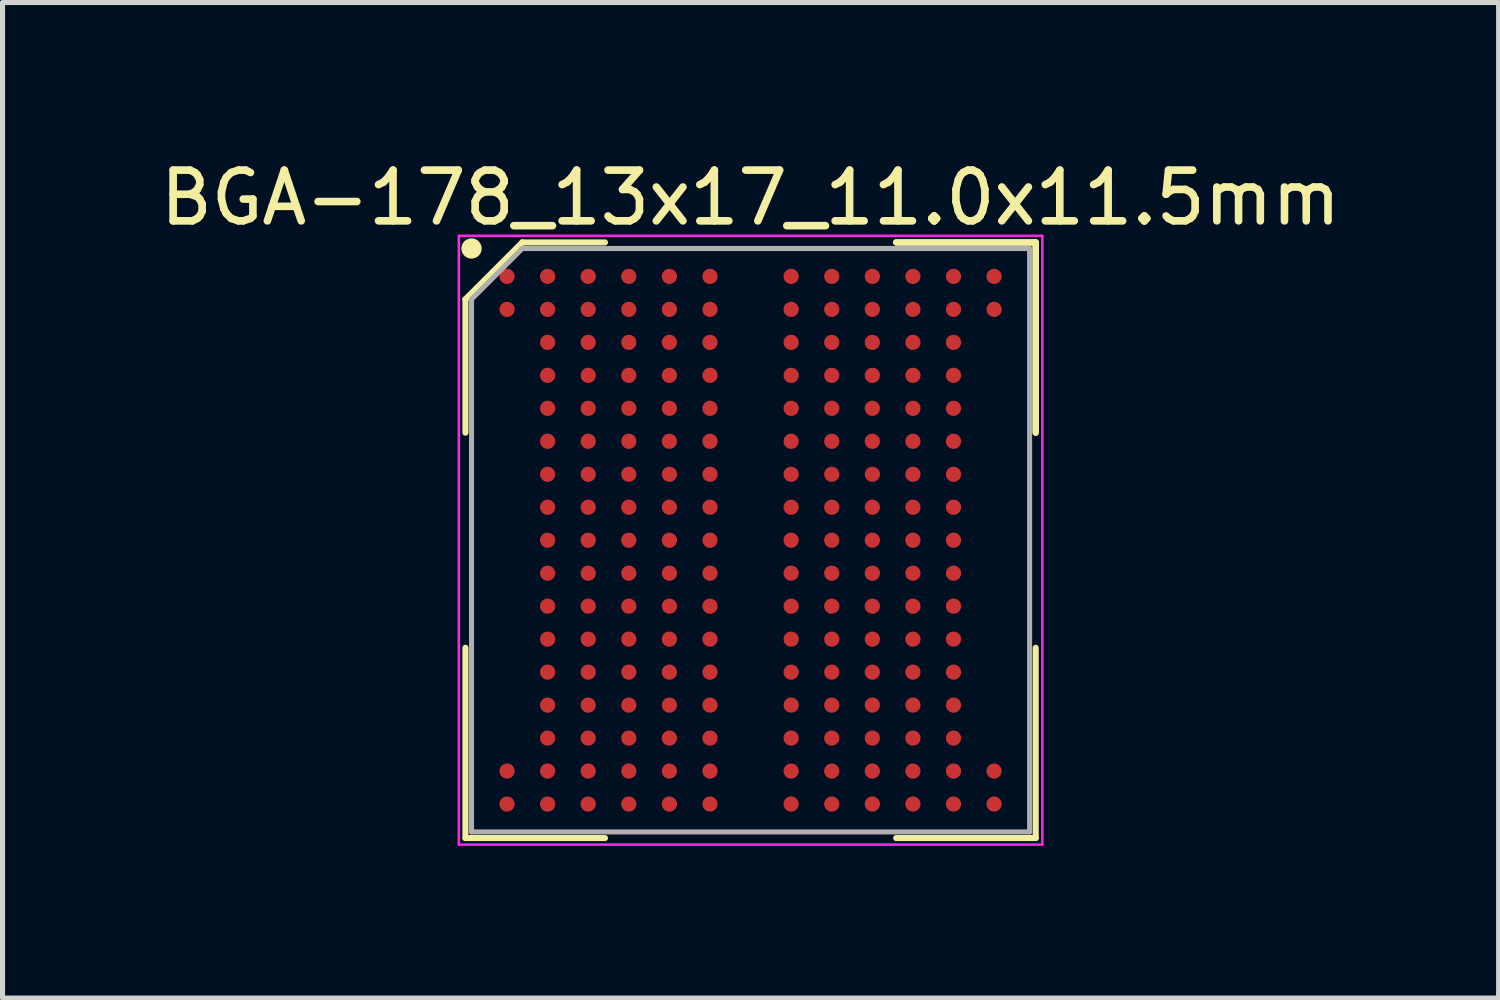
<source format=kicad_pcb>
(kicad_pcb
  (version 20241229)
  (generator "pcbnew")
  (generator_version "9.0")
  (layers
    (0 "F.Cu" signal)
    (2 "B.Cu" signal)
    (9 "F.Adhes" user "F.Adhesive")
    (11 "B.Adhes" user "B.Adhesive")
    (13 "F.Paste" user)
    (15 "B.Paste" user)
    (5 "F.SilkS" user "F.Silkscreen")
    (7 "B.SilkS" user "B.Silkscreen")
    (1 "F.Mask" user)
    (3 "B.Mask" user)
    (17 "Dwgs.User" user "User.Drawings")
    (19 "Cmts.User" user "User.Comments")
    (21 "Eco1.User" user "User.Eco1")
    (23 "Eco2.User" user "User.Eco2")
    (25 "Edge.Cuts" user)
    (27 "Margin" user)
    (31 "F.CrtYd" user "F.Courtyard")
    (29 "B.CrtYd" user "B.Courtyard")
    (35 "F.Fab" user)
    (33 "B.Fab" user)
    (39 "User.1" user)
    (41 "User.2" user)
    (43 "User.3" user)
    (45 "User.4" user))
  (footprint "BGA-178_13x17_11.0x11.5mm"
    (layer "F.Cu")
    (at 11.744 7.598)
    (property "Reference" "BGA-178_13x17_11.0x11.5mm" (at 0 -6.75 0) (layer "F.SilkS") (effects (font (size 1 1) (thickness 0.15))))
    (attr through_hole)
    (fp_line (start -5.62 -4.75) (end -5.62 -2.12) (stroke (width 0.12) (type solid)) (layer "F.SilkS"))
    (fp_line (start -5.62 5.87) (end -5.62 2.12) (stroke (width 0.12) (type solid)) (layer "F.SilkS"))
    (fp_line (start -4.5 -5.87) (end -5.62 -4.75) (stroke (width 0.12) (type solid)) (layer "F.SilkS"))
    (fp_line (start -2.87 -5.87) (end -4.5 -5.87) (stroke (width 0.12) (type solid)) (layer "F.SilkS"))
    (fp_line (start -2.87 5.87) (end -5.62 5.87) (stroke (width 0.12) (type solid)) (layer "F.SilkS"))
    (fp_line (start 2.87 -5.87) (end 5.62 -5.87) (stroke (width 0.12) (type solid)) (layer "F.SilkS"))
    (fp_line (start 2.87 -5.87) (end 5.62 -5.87) (stroke (width 0.12) (type solid)) (layer "F.SilkS"))
    (fp_line (start 2.87 -5.87) (end 5.62 -5.87) (stroke (width 0.12) (type solid)) (layer "F.SilkS"))
    (fp_line (start 2.87 5.87) (end 5.62 5.87) (stroke (width 0.12) (type solid)) (layer "F.SilkS"))
    (fp_line (start 5.62 -5.87) (end 5.62 -2.12) (stroke (width 0.12) (type solid)) (layer "F.SilkS"))
    (fp_line (start 5.62 -5.87) (end 5.62 -2.12) (stroke (width 0.12) (type solid)) (layer "F.SilkS"))
    (fp_line (start 5.62 -5.87) (end 5.62 -2.12) (stroke (width 0.12) (type solid)) (layer "F.SilkS"))
    (fp_line (start 5.62 5.87) (end 5.62 2.12) (stroke (width 0.12) (type solid)) (layer "F.SilkS"))
    (fp_circle (center -5.5 -5.75) (end -5.5 -5.65) (stroke (width 0.2) (type solid)) (fill no) (layer "F.SilkS"))
    (fp_line (start -5.75 -6) (end 5.75 -6) (stroke (width 0.05) (type solid)) (layer "F.CrtYd"))
    (fp_line (start -5.75 6) (end -5.75 -6) (stroke (width 0.05) (type solid)) (layer "F.CrtYd"))
    (fp_line (start 5.75 -6) (end 5.75 6) (stroke (width 0.05) (type solid)) (layer "F.CrtYd"))
    (fp_line (start 5.75 6) (end -5.75 6) (stroke (width 0.05) (type solid)) (layer "F.CrtYd"))
    (fp_line (start -5.5 -4.75) (end -5.5 5.75) (stroke (width 0.1) (type solid)) (layer "F.Fab"))
    (fp_line (start -5.5 5.75) (end 5.5 5.75) (stroke (width 0.1) (type solid)) (layer "F.Fab"))
    (fp_line (start -4.5 -5.75) (end -5.5 -4.75) (stroke (width 0.1) (type solid)) (layer "F.Fab"))
    (fp_line (start 5.5 -5.75) (end -4.5 -5.75) (stroke (width 0.1) (type solid)) (layer "F.Fab"))
    (fp_line (start 5.5 5.75) (end 5.5 -5.75) (stroke (width 0.1) (type solid)) (layer "F.Fab"))
    (pad "A1" smd circle (at -4.8 -5.2) (size 0.3 0.3) (layers "F.Cu" "F.Mask" "F.Paste"))
    (pad "A2" smd circle (at -4 -5.2) (size 0.3 0.3) (layers "F.Cu" "F.Mask" "F.Paste"))
    (pad "A3" smd circle (at -3.2 -5.2) (size 0.3 0.3) (layers "F.Cu" "F.Mask" "F.Paste"))
    (pad "A4" smd circle (at -2.4 -5.2) (size 0.3 0.3) (layers "F.Cu" "F.Mask" "F.Paste"))
    (pad "A5" smd circle (at -1.6 -5.2) (size 0.3 0.3) (layers "F.Cu" "F.Mask" "F.Paste"))
    (pad "A6" smd circle (at -0.8 -5.2) (size 0.3 0.3) (layers "F.Cu" "F.Mask" "F.Paste"))
    (pad "A8" smd circle (at 0.8 -5.2) (size 0.3 0.3) (layers "F.Cu" "F.Mask" "F.Paste"))
    (pad "A9" smd circle (at 1.6 -5.2) (size 0.3 0.3) (layers "F.Cu" "F.Mask" "F.Paste"))
    (pad "A10" smd circle (at 2.4 -5.2) (size 0.3 0.3) (layers "F.Cu" "F.Mask" "F.Paste"))
    (pad "A11" smd circle (at 3.2 -5.2) (size 0.3 0.3) (layers "F.Cu" "F.Mask" "F.Paste"))
    (pad "A12" smd circle (at 4 -5.2) (size 0.3 0.3) (layers "F.Cu" "F.Mask" "F.Paste"))
    (pad "A13" smd circle (at 4.8 -5.2) (size 0.3 0.3) (layers "F.Cu" "F.Mask" "F.Paste"))
    (pad "B1" smd circle (at -4.8 -4.55) (size 0.3 0.3) (layers "F.Cu" "F.Mask" "F.Paste"))
    (pad "B2" smd circle (at -4 -4.55) (size 0.3 0.3) (layers "F.Cu" "F.Mask" "F.Paste"))
    (pad "B3" smd circle (at -3.2 -4.55) (size 0.3 0.3) (layers "F.Cu" "F.Mask" "F.Paste"))
    (pad "B4" smd circle (at -2.4 -4.55) (size 0.3 0.3) (layers "F.Cu" "F.Mask" "F.Paste"))
    (pad "B5" smd circle (at -1.6 -4.55) (size 0.3 0.3) (layers "F.Cu" "F.Mask" "F.Paste"))
    (pad "B6" smd circle (at -0.8 -4.55) (size 0.3 0.3) (layers "F.Cu" "F.Mask" "F.Paste"))
    (pad "B8" smd circle (at 0.8 -4.55) (size 0.3 0.3) (layers "F.Cu" "F.Mask" "F.Paste"))
    (pad "B9" smd circle (at 1.6 -4.55) (size 0.3 0.3) (layers "F.Cu" "F.Mask" "F.Paste"))
    (pad "B10" smd circle (at 2.4 -4.55) (size 0.3 0.3) (layers "F.Cu" "F.Mask" "F.Paste"))
    (pad "B11" smd circle (at 3.2 -4.55) (size 0.3 0.3) (layers "F.Cu" "F.Mask" "F.Paste"))
    (pad "B12" smd circle (at 4 -4.55) (size 0.3 0.3) (layers "F.Cu" "F.Mask" "F.Paste"))
    (pad "B13" smd circle (at 4.8 -4.55) (size 0.3 0.3) (layers "F.Cu" "F.Mask" "F.Paste"))
    (pad "C2" smd circle (at -4 -3.9) (size 0.3 0.3) (layers "F.Cu" "F.Mask" "F.Paste"))
    (pad "C3" smd circle (at -3.2 -3.9) (size 0.3 0.3) (layers "F.Cu" "F.Mask" "F.Paste"))
    (pad "C4" smd circle (at -2.4 -3.9) (size 0.3 0.3) (layers "F.Cu" "F.Mask" "F.Paste"))
    (pad "C5" smd circle (at -1.6 -3.9) (size 0.3 0.3) (layers "F.Cu" "F.Mask" "F.Paste"))
    (pad "C6" smd circle (at -0.8 -3.9) (size 0.3 0.3) (layers "F.Cu" "F.Mask" "F.Paste"))
    (pad "C8" smd circle (at 0.8 -3.9) (size 0.3 0.3) (layers "F.Cu" "F.Mask" "F.Paste"))
    (pad "C9" smd circle (at 1.6 -3.9) (size 0.3 0.3) (layers "F.Cu" "F.Mask" "F.Paste"))
    (pad "C10" smd circle (at 2.4 -3.9) (size 0.3 0.3) (layers "F.Cu" "F.Mask" "F.Paste"))
    (pad "C11" smd circle (at 3.2 -3.9) (size 0.3 0.3) (layers "F.Cu" "F.Mask" "F.Paste"))
    (pad "C12" smd circle (at 4 -3.9) (size 0.3 0.3) (layers "F.Cu" "F.Mask" "F.Paste"))
    (pad "D2" smd circle (at -4 -3.25) (size 0.3 0.3) (layers "F.Cu" "F.Mask" "F.Paste"))
    (pad "D3" smd circle (at -3.2 -3.25) (size 0.3 0.3) (layers "F.Cu" "F.Mask" "F.Paste"))
    (pad "D4" smd circle (at -2.4 -3.25) (size 0.3 0.3) (layers "F.Cu" "F.Mask" "F.Paste"))
    (pad "D5" smd circle (at -1.6 -3.25) (size 0.3 0.3) (layers "F.Cu" "F.Mask" "F.Paste"))
    (pad "D6" smd circle (at -0.8 -3.25) (size 0.3 0.3) (layers "F.Cu" "F.Mask" "F.Paste"))
    (pad "D8" smd circle (at 0.8 -3.25) (size 0.3 0.3) (layers "F.Cu" "F.Mask" "F.Paste"))
    (pad "D9" smd circle (at 1.6 -3.25) (size 0.3 0.3) (layers "F.Cu" "F.Mask" "F.Paste"))
    (pad "D10" smd circle (at 2.4 -3.25) (size 0.3 0.3) (layers "F.Cu" "F.Mask" "F.Paste"))
    (pad "D11" smd circle (at 3.2 -3.25) (size 0.3 0.3) (layers "F.Cu" "F.Mask" "F.Paste"))
    (pad "D12" smd circle (at 4 -3.25) (size 0.3 0.3) (layers "F.Cu" "F.Mask" "F.Paste"))
    (pad "E2" smd circle (at -4 -2.6) (size 0.3 0.3) (layers "F.Cu" "F.Mask" "F.Paste"))
    (pad "E3" smd circle (at -3.2 -2.6) (size 0.3 0.3) (layers "F.Cu" "F.Mask" "F.Paste"))
    (pad "E4" smd circle (at -2.4 -2.6) (size 0.3 0.3) (layers "F.Cu" "F.Mask" "F.Paste"))
    (pad "E5" smd circle (at -1.6 -2.6) (size 0.3 0.3) (layers "F.Cu" "F.Mask" "F.Paste"))
    (pad "E6" smd circle (at -0.8 -2.6) (size 0.3 0.3) (layers "F.Cu" "F.Mask" "F.Paste"))
    (pad "E8" smd circle (at 0.8 -2.6) (size 0.3 0.3) (layers "F.Cu" "F.Mask" "F.Paste"))
    (pad "E9" smd circle (at 1.6 -2.6) (size 0.3 0.3) (layers "F.Cu" "F.Mask" "F.Paste"))
    (pad "E10" smd circle (at 2.4 -2.6) (size 0.3 0.3) (layers "F.Cu" "F.Mask" "F.Paste"))
    (pad "E11" smd circle (at 3.2 -2.6) (size 0.3 0.3) (layers "F.Cu" "F.Mask" "F.Paste"))
    (pad "E12" smd circle (at 4 -2.6) (size 0.3 0.3) (layers "F.Cu" "F.Mask" "F.Paste"))
    (pad "F2" smd circle (at -4 -1.95) (size 0.3 0.3) (layers "F.Cu" "F.Mask" "F.Paste"))
    (pad "F3" smd circle (at -3.2 -1.95) (size 0.3 0.3) (layers "F.Cu" "F.Mask" "F.Paste"))
    (pad "F4" smd circle (at -2.4 -1.95) (size 0.3 0.3) (layers "F.Cu" "F.Mask" "F.Paste"))
    (pad "F5" smd circle (at -1.6 -1.95) (size 0.3 0.3) (layers "F.Cu" "F.Mask" "F.Paste"))
    (pad "F6" smd circle (at -0.8 -1.95) (size 0.3 0.3) (layers "F.Cu" "F.Mask" "F.Paste"))
    (pad "F8" smd circle (at 0.8 -1.95) (size 0.3 0.3) (layers "F.Cu" "F.Mask" "F.Paste"))
    (pad "F9" smd circle (at 1.6 -1.95) (size 0.3 0.3) (layers "F.Cu" "F.Mask" "F.Paste"))
    (pad "F10" smd circle (at 2.4 -1.95) (size 0.3 0.3) (layers "F.Cu" "F.Mask" "F.Paste"))
    (pad "F11" smd circle (at 3.2 -1.95) (size 0.3 0.3) (layers "F.Cu" "F.Mask" "F.Paste"))
    (pad "F12" smd circle (at 4 -1.95) (size 0.3 0.3) (layers "F.Cu" "F.Mask" "F.Paste"))
    (pad "G2" smd circle (at -4 -1.3) (size 0.3 0.3) (layers "F.Cu" "F.Mask" "F.Paste"))
    (pad "G3" smd circle (at -3.2 -1.3) (size 0.3 0.3) (layers "F.Cu" "F.Mask" "F.Paste"))
    (pad "G4" smd circle (at -2.4 -1.3) (size 0.3 0.3) (layers "F.Cu" "F.Mask" "F.Paste"))
    (pad "G5" smd circle (at -1.6 -1.3) (size 0.3 0.3) (layers "F.Cu" "F.Mask" "F.Paste"))
    (pad "G6" smd circle (at -0.8 -1.3) (size 0.3 0.3) (layers "F.Cu" "F.Mask" "F.Paste"))
    (pad "G8" smd circle (at 0.8 -1.3) (size 0.3 0.3) (layers "F.Cu" "F.Mask" "F.Paste"))
    (pad "G9" smd circle (at 1.6 -1.3) (size 0.3 0.3) (layers "F.Cu" "F.Mask" "F.Paste"))
    (pad "G10" smd circle (at 2.4 -1.3) (size 0.3 0.3) (layers "F.Cu" "F.Mask" "F.Paste"))
    (pad "G11" smd circle (at 3.2 -1.3) (size 0.3 0.3) (layers "F.Cu" "F.Mask" "F.Paste"))
    (pad "G12" smd circle (at 4 -1.3) (size 0.3 0.3) (layers "F.Cu" "F.Mask" "F.Paste"))
    (pad "H2" smd circle (at -4 -0.65) (size 0.3 0.3) (layers "F.Cu" "F.Mask" "F.Paste"))
    (pad "H3" smd circle (at -3.2 -0.65) (size 0.3 0.3) (layers "F.Cu" "F.Mask" "F.Paste"))
    (pad "H4" smd circle (at -2.4 -0.65) (size 0.3 0.3) (layers "F.Cu" "F.Mask" "F.Paste"))
    (pad "H5" smd circle (at -1.6 -0.65) (size 0.3 0.3) (layers "F.Cu" "F.Mask" "F.Paste"))
    (pad "H6" smd circle (at -0.8 -0.65) (size 0.3 0.3) (layers "F.Cu" "F.Mask" "F.Paste"))
    (pad "H8" smd circle (at 0.8 -0.65) (size 0.3 0.3) (layers "F.Cu" "F.Mask" "F.Paste"))
    (pad "H9" smd circle (at 1.6 -0.65) (size 0.3 0.3) (layers "F.Cu" "F.Mask" "F.Paste"))
    (pad "H10" smd circle (at 2.4 -0.65) (size 0.3 0.3) (layers "F.Cu" "F.Mask" "F.Paste"))
    (pad "H11" smd circle (at 3.2 -0.65) (size 0.3 0.3) (layers "F.Cu" "F.Mask" "F.Paste"))
    (pad "H12" smd circle (at 4 -0.65) (size 0.3 0.3) (layers "F.Cu" "F.Mask" "F.Paste"))
    (pad "J2" smd circle (at -4 0) (size 0.3 0.3) (layers "F.Cu" "F.Mask" "F.Paste"))
    (pad "J3" smd circle (at -3.2 0) (size 0.3 0.3) (layers "F.Cu" "F.Mask" "F.Paste"))
    (pad "J4" smd circle (at -2.4 0) (size 0.3 0.3) (layers "F.Cu" "F.Mask" "F.Paste"))
    (pad "J5" smd circle (at -1.6 0) (size 0.3 0.3) (layers "F.Cu" "F.Mask" "F.Paste"))
    (pad "J6" smd circle (at -0.8 0) (size 0.3 0.3) (layers "F.Cu" "F.Mask" "F.Paste"))
    (pad "J8" smd circle (at 0.8 0) (size 0.3 0.3) (layers "F.Cu" "F.Mask" "F.Paste"))
    (pad "J9" smd circle (at 1.6 0) (size 0.3 0.3) (layers "F.Cu" "F.Mask" "F.Paste"))
    (pad "J10" smd circle (at 2.4 0) (size 0.3 0.3) (layers "F.Cu" "F.Mask" "F.Paste"))
    (pad "J11" smd circle (at 3.2 0) (size 0.3 0.3) (layers "F.Cu" "F.Mask" "F.Paste"))
    (pad "J12" smd circle (at 4 0) (size 0.3 0.3) (layers "F.Cu" "F.Mask" "F.Paste"))
    (pad "K2" smd circle (at -4 0.65) (size 0.3 0.3) (layers "F.Cu" "F.Mask" "F.Paste"))
    (pad "K3" smd circle (at -3.2 0.65) (size 0.3 0.3) (layers "F.Cu" "F.Mask" "F.Paste"))
    (pad "K4" smd circle (at -2.4 0.65) (size 0.3 0.3) (layers "F.Cu" "F.Mask" "F.Paste"))
    (pad "K5" smd circle (at -1.6 0.65) (size 0.3 0.3) (layers "F.Cu" "F.Mask" "F.Paste"))
    (pad "K6" smd circle (at -0.8 0.65) (size 0.3 0.3) (layers "F.Cu" "F.Mask" "F.Paste"))
    (pad "K8" smd circle (at 0.8 0.65) (size 0.3 0.3) (layers "F.Cu" "F.Mask" "F.Paste"))
    (pad "K9" smd circle (at 1.6 0.65) (size 0.3 0.3) (layers "F.Cu" "F.Mask" "F.Paste"))
    (pad "K10" smd circle (at 2.4 0.65) (size 0.3 0.3) (layers "F.Cu" "F.Mask" "F.Paste"))
    (pad "K11" smd circle (at 3.2 0.65) (size 0.3 0.3) (layers "F.Cu" "F.Mask" "F.Paste"))
    (pad "K12" smd circle (at 4 0.65) (size 0.3 0.3) (layers "F.Cu" "F.Mask" "F.Paste"))
    (pad "L2" smd circle (at -4 1.3) (size 0.3 0.3) (layers "F.Cu" "F.Mask" "F.Paste"))
    (pad "L3" smd circle (at -3.2 1.3) (size 0.3 0.3) (layers "F.Cu" "F.Mask" "F.Paste"))
    (pad "L4" smd circle (at -2.4 1.3) (size 0.3 0.3) (layers "F.Cu" "F.Mask" "F.Paste"))
    (pad "L5" smd circle (at -1.6 1.3) (size 0.3 0.3) (layers "F.Cu" "F.Mask" "F.Paste"))
    (pad "L6" smd circle (at -0.8 1.3) (size 0.3 0.3) (layers "F.Cu" "F.Mask" "F.Paste"))
    (pad "L8" smd circle (at 0.8 1.3) (size 0.3 0.3) (layers "F.Cu" "F.Mask" "F.Paste"))
    (pad "L9" smd circle (at 1.6 1.3) (size 0.3 0.3) (layers "F.Cu" "F.Mask" "F.Paste"))
    (pad "L10" smd circle (at 2.4 1.3) (size 0.3 0.3) (layers "F.Cu" "F.Mask" "F.Paste"))
    (pad "L11" smd circle (at 3.2 1.3) (size 0.3 0.3) (layers "F.Cu" "F.Mask" "F.Paste"))
    (pad "L12" smd circle (at 4 1.3) (size 0.3 0.3) (layers "F.Cu" "F.Mask" "F.Paste"))
    (pad "M2" smd circle (at -4 1.95) (size 0.3 0.3) (layers "F.Cu" "F.Mask" "F.Paste"))
    (pad "M3" smd circle (at -3.2 1.95) (size 0.3 0.3) (layers "F.Cu" "F.Mask" "F.Paste"))
    (pad "M4" smd circle (at -2.4 1.95) (size 0.3 0.3) (layers "F.Cu" "F.Mask" "F.Paste"))
    (pad "M5" smd circle (at -1.6 1.95) (size 0.3 0.3) (layers "F.Cu" "F.Mask" "F.Paste"))
    (pad "M6" smd circle (at -0.8 1.95) (size 0.3 0.3) (layers "F.Cu" "F.Mask" "F.Paste"))
    (pad "M8" smd circle (at 0.8 1.95) (size 0.3 0.3) (layers "F.Cu" "F.Mask" "F.Paste"))
    (pad "M9" smd circle (at 1.6 1.95) (size 0.3 0.3) (layers "F.Cu" "F.Mask" "F.Paste"))
    (pad "M10" smd circle (at 2.4 1.95) (size 0.3 0.3) (layers "F.Cu" "F.Mask" "F.Paste"))
    (pad "M11" smd circle (at 3.2 1.95) (size 0.3 0.3) (layers "F.Cu" "F.Mask" "F.Paste"))
    (pad "M12" smd circle (at 4 1.95) (size 0.3 0.3) (layers "F.Cu" "F.Mask" "F.Paste"))
    (pad "N2" smd circle (at -4 2.6) (size 0.3 0.3) (layers "F.Cu" "F.Mask" "F.Paste"))
    (pad "N3" smd circle (at -3.2 2.6) (size 0.3 0.3) (layers "F.Cu" "F.Mask" "F.Paste"))
    (pad "N4" smd circle (at -2.4 2.6) (size 0.3 0.3) (layers "F.Cu" "F.Mask" "F.Paste"))
    (pad "N5" smd circle (at -1.6 2.6) (size 0.3 0.3) (layers "F.Cu" "F.Mask" "F.Paste"))
    (pad "N6" smd circle (at -0.8 2.6) (size 0.3 0.3) (layers "F.Cu" "F.Mask" "F.Paste"))
    (pad "N8" smd circle (at 0.8 2.6) (size 0.3 0.3) (layers "F.Cu" "F.Mask" "F.Paste"))
    (pad "N9" smd circle (at 1.6 2.6) (size 0.3 0.3) (layers "F.Cu" "F.Mask" "F.Paste"))
    (pad "N10" smd circle (at 2.4 2.6) (size 0.3 0.3) (layers "F.Cu" "F.Mask" "F.Paste"))
    (pad "N11" smd circle (at 3.2 2.6) (size 0.3 0.3) (layers "F.Cu" "F.Mask" "F.Paste"))
    (pad "N12" smd circle (at 4 2.6) (size 0.3 0.3) (layers "F.Cu" "F.Mask" "F.Paste"))
    (pad "P2" smd circle (at -4 3.25) (size 0.3 0.3) (layers "F.Cu" "F.Mask" "F.Paste"))
    (pad "P3" smd circle (at -3.2 3.25) (size 0.3 0.3) (layers "F.Cu" "F.Mask" "F.Paste"))
    (pad "P4" smd circle (at -2.4 3.25) (size 0.3 0.3) (layers "F.Cu" "F.Mask" "F.Paste"))
    (pad "P5" smd circle (at -1.6 3.25) (size 0.3 0.3) (layers "F.Cu" "F.Mask" "F.Paste"))
    (pad "P6" smd circle (at -0.8 3.25) (size 0.3 0.3) (layers "F.Cu" "F.Mask" "F.Paste"))
    (pad "P8" smd circle (at 0.8 3.25) (size 0.3 0.3) (layers "F.Cu" "F.Mask" "F.Paste"))
    (pad "P9" smd circle (at 1.6 3.25) (size 0.3 0.3) (layers "F.Cu" "F.Mask" "F.Paste"))
    (pad "P10" smd circle (at 2.4 3.25) (size 0.3 0.3) (layers "F.Cu" "F.Mask" "F.Paste"))
    (pad "P11" smd circle (at 3.2 3.25) (size 0.3 0.3) (layers "F.Cu" "F.Mask" "F.Paste"))
    (pad "P12" smd circle (at 4 3.25) (size 0.3 0.3) (layers "F.Cu" "F.Mask" "F.Paste"))
    (pad "R2" smd circle (at -4 3.9) (size 0.3 0.3) (layers "F.Cu" "F.Mask" "F.Paste"))
    (pad "R3" smd circle (at -3.2 3.9) (size 0.3 0.3) (layers "F.Cu" "F.Mask" "F.Paste"))
    (pad "R4" smd circle (at -2.4 3.9) (size 0.3 0.3) (layers "F.Cu" "F.Mask" "F.Paste"))
    (pad "R5" smd circle (at -1.6 3.9) (size 0.3 0.3) (layers "F.Cu" "F.Mask" "F.Paste"))
    (pad "R6" smd circle (at -0.8 3.9) (size 0.3 0.3) (layers "F.Cu" "F.Mask" "F.Paste"))
    (pad "R8" smd circle (at 0.8 3.9) (size 0.3 0.3) (layers "F.Cu" "F.Mask" "F.Paste"))
    (pad "R9" smd circle (at 1.6 3.9) (size 0.3 0.3) (layers "F.Cu" "F.Mask" "F.Paste"))
    (pad "R10" smd circle (at 2.4 3.9) (size 0.3 0.3) (layers "F.Cu" "F.Mask" "F.Paste"))
    (pad "R11" smd circle (at 3.2 3.9) (size 0.3 0.3) (layers "F.Cu" "F.Mask" "F.Paste"))
    (pad "R12" smd circle (at 4 3.9) (size 0.3 0.3) (layers "F.Cu" "F.Mask" "F.Paste"))
    (pad "T1" smd circle (at -4.8 4.55) (size 0.3 0.3) (layers "F.Cu" "F.Mask" "F.Paste"))
    (pad "T2" smd circle (at -4 4.55) (size 0.3 0.3) (layers "F.Cu" "F.Mask" "F.Paste"))
    (pad "T3" smd circle (at -3.2 4.55) (size 0.3 0.3) (layers "F.Cu" "F.Mask" "F.Paste"))
    (pad "T4" smd circle (at -2.4 4.55) (size 0.3 0.3) (layers "F.Cu" "F.Mask" "F.Paste"))
    (pad "T5" smd circle (at -1.6 4.55) (size 0.3 0.3) (layers "F.Cu" "F.Mask" "F.Paste"))
    (pad "T6" smd circle (at -0.8 4.55) (size 0.3 0.3) (layers "F.Cu" "F.Mask" "F.Paste"))
    (pad "T8" smd circle (at 0.8 4.55) (size 0.3 0.3) (layers "F.Cu" "F.Mask" "F.Paste"))
    (pad "T9" smd circle (at 1.6 4.55) (size 0.3 0.3) (layers "F.Cu" "F.Mask" "F.Paste"))
    (pad "T10" smd circle (at 2.4 4.55) (size 0.3 0.3) (layers "F.Cu" "F.Mask" "F.Paste"))
    (pad "T11" smd circle (at 3.2 4.55) (size 0.3 0.3) (layers "F.Cu" "F.Mask" "F.Paste"))
    (pad "T12" smd circle (at 4 4.55) (size 0.3 0.3) (layers "F.Cu" "F.Mask" "F.Paste"))
    (pad "T13" smd circle (at 4.8 4.55) (size 0.3 0.3) (layers "F.Cu" "F.Mask" "F.Paste"))
    (pad "U1" smd circle (at -4.8 5.2) (size 0.3 0.3) (layers "F.Cu" "F.Mask" "F.Paste"))
    (pad "U2" smd circle (at -4 5.2) (size 0.3 0.3) (layers "F.Cu" "F.Mask" "F.Paste"))
    (pad "U3" smd circle (at -3.2 5.2) (size 0.3 0.3) (layers "F.Cu" "F.Mask" "F.Paste"))
    (pad "U4" smd circle (at -2.4 5.2) (size 0.3 0.3) (layers "F.Cu" "F.Mask" "F.Paste"))
    (pad "U5" smd circle (at -1.6 5.2) (size 0.3 0.3) (layers "F.Cu" "F.Mask" "F.Paste"))
    (pad "U6" smd circle (at -0.8 5.2) (size 0.3 0.3) (layers "F.Cu" "F.Mask" "F.Paste"))
    (pad "U8" smd circle (at 0.8 5.2) (size 0.3 0.3) (layers "F.Cu" "F.Mask" "F.Paste"))
    (pad "U9" smd circle (at 1.6 5.2) (size 0.3 0.3) (layers "F.Cu" "F.Mask" "F.Paste"))
    (pad "U10" smd circle (at 2.4 5.2) (size 0.3 0.3) (layers "F.Cu" "F.Mask" "F.Paste"))
    (pad "U11" smd circle (at 3.2 5.2) (size 0.3 0.3) (layers "F.Cu" "F.Mask" "F.Paste"))
    (pad "U12" smd circle (at 4 5.2) (size 0.3 0.3) (layers "F.Cu" "F.Mask" "F.Paste"))
    (pad "U13" smd circle (at 4.8 5.2) (size 0.3 0.3) (layers "F.Cu" "F.Mask" "F.Paste")))
  (gr_rect
    (start -3 -3)
    (end 26.488 16.623)
    (stroke (width 0.1) (type default))
    (fill no)
    (layer "Edge.Cuts")))
</source>
